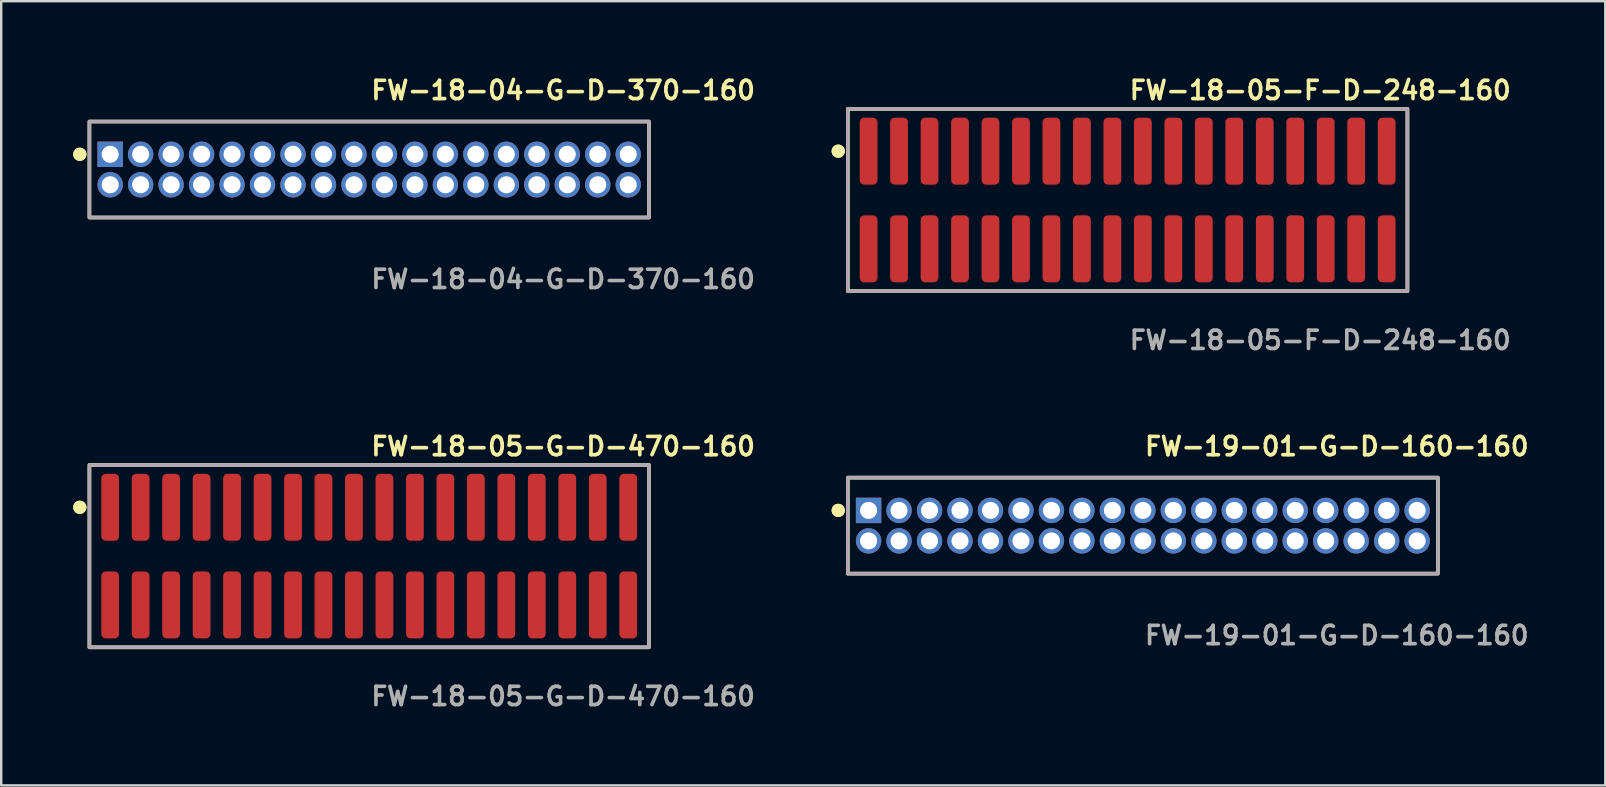
<source format=kicad_pcb>
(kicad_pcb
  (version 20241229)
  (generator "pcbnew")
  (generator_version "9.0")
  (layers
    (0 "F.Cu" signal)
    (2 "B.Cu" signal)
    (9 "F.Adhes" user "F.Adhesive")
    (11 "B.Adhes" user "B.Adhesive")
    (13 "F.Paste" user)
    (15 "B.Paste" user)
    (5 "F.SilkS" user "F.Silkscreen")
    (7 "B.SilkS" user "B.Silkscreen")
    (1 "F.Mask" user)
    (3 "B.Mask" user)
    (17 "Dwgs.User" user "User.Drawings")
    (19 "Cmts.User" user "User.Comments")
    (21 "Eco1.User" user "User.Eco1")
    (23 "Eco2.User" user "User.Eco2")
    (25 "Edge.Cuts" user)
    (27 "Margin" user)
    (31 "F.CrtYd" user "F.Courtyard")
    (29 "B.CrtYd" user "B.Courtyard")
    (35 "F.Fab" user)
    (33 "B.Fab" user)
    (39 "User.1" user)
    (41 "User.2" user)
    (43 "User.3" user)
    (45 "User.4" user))
  (footprint "FW-18-05-F-D-248-160"
    (layer "F.Cu")
    (at 43.943 5.285)
    (property "Reference" "FW-18-05-F-D-248-160" (at 0 -4.572 0) (unlocked yes) (layer "F.SilkS") (effects (font (size 0.762 0.762) (thickness 0.152)) (justify left)))
    (fp_rect (start -11.66 3.8) (end 11.66 -3.8) (stroke (width 0.152) (type solid)) (fill no) (layer "F.SilkS"))
    (fp_circle (center -12.06 -2.035) (end -12.26 -2.035) (stroke (width 0.152) (type solid)) (fill yes) (layer "F.SilkS"))
    (fp_circle (center -12.06 -2.035) (end -12.26 -2.035) (stroke (width 0.152) (type solid)) (fill yes) (layer "F.SilkS"))
    (fp_rect (start -11.66 3.8) (end 11.66 -3.8) (stroke (width 0.006) (type solid)) (fill no) (layer "F.CrtYd"))
    (fp_rect (start -11.66 3.8) (end 11.66 -3.8) (stroke (width 0.152) (type solid)) (fill no) (layer "F.Fab"))
    (fp_text user "${REFERENCE}" (at 0 5.842 0) (unlocked yes) (layer "F.Fab") (effects (font (size 0.762 0.762) (thickness 0.152)) (justify left)))
    (pad "1" smd roundrect (at -10.795 -2.035) (size 0.74 2.79) (layers "F.Cu" "F.Paste") (roundrect_rratio 0.25))
    (pad "2" smd roundrect (at -10.795 2.035) (size 0.74 2.79) (layers "F.Cu" "F.Paste") (roundrect_rratio 0.25))
    (pad "3" smd roundrect (at -9.525 -2.035) (size 0.74 2.79) (layers "F.Cu" "F.Paste") (roundrect_rratio 0.25))
    (pad "4" smd roundrect (at -9.525 2.035) (size 0.74 2.79) (layers "F.Cu" "F.Paste") (roundrect_rratio 0.25))
    (pad "5" smd roundrect (at -8.255 -2.035) (size 0.74 2.79) (layers "F.Cu" "F.Paste") (roundrect_rratio 0.25))
    (pad "6" smd roundrect (at -8.255 2.035) (size 0.74 2.79) (layers "F.Cu" "F.Paste") (roundrect_rratio 0.25))
    (pad "7" smd roundrect (at -6.985 -2.035) (size 0.74 2.79) (layers "F.Cu" "F.Paste") (roundrect_rratio 0.25))
    (pad "8" smd roundrect (at -6.985 2.035) (size 0.74 2.79) (layers "F.Cu" "F.Paste") (roundrect_rratio 0.25))
    (pad "9" smd roundrect (at -5.715 -2.035) (size 0.74 2.79) (layers "F.Cu" "F.Paste") (roundrect_rratio 0.25))
    (pad "10" smd roundrect (at -5.715 2.035) (size 0.74 2.79) (layers "F.Cu" "F.Paste") (roundrect_rratio 0.25))
    (pad "11" smd roundrect (at -4.445 -2.035) (size 0.74 2.79) (layers "F.Cu" "F.Paste") (roundrect_rratio 0.25))
    (pad "12" smd roundrect (at -4.445 2.035) (size 0.74 2.79) (layers "F.Cu" "F.Paste") (roundrect_rratio 0.25))
    (pad "13" smd roundrect (at -3.175 -2.035) (size 0.74 2.79) (layers "F.Cu" "F.Paste") (roundrect_rratio 0.25))
    (pad "14" smd roundrect (at -3.175 2.035) (size 0.74 2.79) (layers "F.Cu" "F.Paste") (roundrect_rratio 0.25))
    (pad "15" smd roundrect (at -1.905 -2.035) (size 0.74 2.79) (layers "F.Cu" "F.Paste") (roundrect_rratio 0.25))
    (pad "16" smd roundrect (at -1.905 2.035) (size 0.74 2.79) (layers "F.Cu" "F.Paste") (roundrect_rratio 0.25))
    (pad "17" smd roundrect (at -0.635 -2.035) (size 0.74 2.79) (layers "F.Cu" "F.Paste") (roundrect_rratio 0.25))
    (pad "18" smd roundrect (at -0.635 2.035) (size 0.74 2.79) (layers "F.Cu" "F.Paste") (roundrect_rratio 0.25))
    (pad "19" smd roundrect (at 0.635 -2.035) (size 0.74 2.79) (layers "F.Cu" "F.Paste") (roundrect_rratio 0.25))
    (pad "20" smd roundrect (at 0.635 2.035) (size 0.74 2.79) (layers "F.Cu" "F.Paste") (roundrect_rratio 0.25))
    (pad "21" smd roundrect (at 1.905 -2.035) (size 0.74 2.79) (layers "F.Cu" "F.Paste") (roundrect_rratio 0.25))
    (pad "22" smd roundrect (at 1.905 2.035) (size 0.74 2.79) (layers "F.Cu" "F.Paste") (roundrect_rratio 0.25))
    (pad "23" smd roundrect (at 3.175 -2.035) (size 0.74 2.79) (layers "F.Cu" "F.Paste") (roundrect_rratio 0.25))
    (pad "24" smd roundrect (at 3.175 2.035) (size 0.74 2.79) (layers "F.Cu" "F.Paste") (roundrect_rratio 0.25))
    (pad "25" smd roundrect (at 4.445 -2.035) (size 0.74 2.79) (layers "F.Cu" "F.Paste") (roundrect_rratio 0.25))
    (pad "26" smd roundrect (at 4.445 2.035) (size 0.74 2.79) (layers "F.Cu" "F.Paste") (roundrect_rratio 0.25))
    (pad "27" smd roundrect (at 5.715 -2.035) (size 0.74 2.79) (layers "F.Cu" "F.Paste") (roundrect_rratio 0.25))
    (pad "28" smd roundrect (at 5.715 2.035) (size 0.74 2.79) (layers "F.Cu" "F.Paste") (roundrect_rratio 0.25))
    (pad "29" smd roundrect (at 6.985 -2.035) (size 0.74 2.79) (layers "F.Cu" "F.Paste") (roundrect_rratio 0.25))
    (pad "30" smd roundrect (at 6.985 2.035) (size 0.74 2.79) (layers "F.Cu" "F.Paste") (roundrect_rratio 0.25))
    (pad "31" smd roundrect (at 8.255 -2.035) (size 0.74 2.79) (layers "F.Cu" "F.Paste") (roundrect_rratio 0.25))
    (pad "32" smd roundrect (at 8.255 2.035) (size 0.74 2.79) (layers "F.Cu" "F.Paste") (roundrect_rratio 0.25))
    (pad "33" smd roundrect (at 9.525 -2.035) (size 0.74 2.79) (layers "F.Cu" "F.Paste") (roundrect_rratio 0.25))
    (pad "34" smd roundrect (at 9.525 2.035) (size 0.74 2.79) (layers "F.Cu" "F.Paste") (roundrect_rratio 0.25))
    (pad "35" smd roundrect (at 10.795 -2.035) (size 0.74 2.79) (layers "F.Cu" "F.Paste") (roundrect_rratio 0.25))
    (pad "36" smd roundrect (at 10.795 2.035) (size 0.74 2.79) (layers "F.Cu" "F.Paste") (roundrect_rratio 0.25)))
  (footprint "FW-18-05-G-D-470-160"
    (layer "F.Cu")
    (at 12.336 20.126)
    (property "Reference" "FW-18-05-G-D-470-160" (at 0 -4.572 0) (unlocked yes) (layer "F.SilkS") (effects (font (size 0.762 0.762) (thickness 0.152)) (justify left)))
    (fp_rect (start -11.66 3.8) (end 11.66 -3.8) (stroke (width 0.152) (type solid)) (fill no) (layer "F.SilkS"))
    (fp_circle (center -12.06 -2.035) (end -12.26 -2.035) (stroke (width 0.152) (type solid)) (fill yes) (layer "F.SilkS"))
    (fp_circle (center -12.06 -2.035) (end -12.26 -2.035) (stroke (width 0.152) (type solid)) (fill yes) (layer "F.SilkS"))
    (fp_rect (start -11.66 3.8) (end 11.66 -3.8) (stroke (width 0.006) (type solid)) (fill no) (layer "F.CrtYd"))
    (fp_rect (start -11.66 3.8) (end 11.66 -3.8) (stroke (width 0.152) (type solid)) (fill no) (layer "F.Fab"))
    (fp_text user "${REFERENCE}" (at 0 5.842 0) (unlocked yes) (layer "F.Fab") (effects (font (size 0.762 0.762) (thickness 0.152)) (justify left)))
    (pad "1" smd roundrect (at -10.795 -2.035) (size 0.74 2.79) (layers "F.Cu" "F.Paste") (roundrect_rratio 0.25))
    (pad "2" smd roundrect (at -10.795 2.035) (size 0.74 2.79) (layers "F.Cu" "F.Paste") (roundrect_rratio 0.25))
    (pad "3" smd roundrect (at -9.525 -2.035) (size 0.74 2.79) (layers "F.Cu" "F.Paste") (roundrect_rratio 0.25))
    (pad "4" smd roundrect (at -9.525 2.035) (size 0.74 2.79) (layers "F.Cu" "F.Paste") (roundrect_rratio 0.25))
    (pad "5" smd roundrect (at -8.255 -2.035) (size 0.74 2.79) (layers "F.Cu" "F.Paste") (roundrect_rratio 0.25))
    (pad "6" smd roundrect (at -8.255 2.035) (size 0.74 2.79) (layers "F.Cu" "F.Paste") (roundrect_rratio 0.25))
    (pad "7" smd roundrect (at -6.985 -2.035) (size 0.74 2.79) (layers "F.Cu" "F.Paste") (roundrect_rratio 0.25))
    (pad "8" smd roundrect (at -6.985 2.035) (size 0.74 2.79) (layers "F.Cu" "F.Paste") (roundrect_rratio 0.25))
    (pad "9" smd roundrect (at -5.715 -2.035) (size 0.74 2.79) (layers "F.Cu" "F.Paste") (roundrect_rratio 0.25))
    (pad "10" smd roundrect (at -5.715 2.035) (size 0.74 2.79) (layers "F.Cu" "F.Paste") (roundrect_rratio 0.25))
    (pad "11" smd roundrect (at -4.445 -2.035) (size 0.74 2.79) (layers "F.Cu" "F.Paste") (roundrect_rratio 0.25))
    (pad "12" smd roundrect (at -4.445 2.035) (size 0.74 2.79) (layers "F.Cu" "F.Paste") (roundrect_rratio 0.25))
    (pad "13" smd roundrect (at -3.175 -2.035) (size 0.74 2.79) (layers "F.Cu" "F.Paste") (roundrect_rratio 0.25))
    (pad "14" smd roundrect (at -3.175 2.035) (size 0.74 2.79) (layers "F.Cu" "F.Paste") (roundrect_rratio 0.25))
    (pad "15" smd roundrect (at -1.905 -2.035) (size 0.74 2.79) (layers "F.Cu" "F.Paste") (roundrect_rratio 0.25))
    (pad "16" smd roundrect (at -1.905 2.035) (size 0.74 2.79) (layers "F.Cu" "F.Paste") (roundrect_rratio 0.25))
    (pad "17" smd roundrect (at -0.635 -2.035) (size 0.74 2.79) (layers "F.Cu" "F.Paste") (roundrect_rratio 0.25))
    (pad "18" smd roundrect (at -0.635 2.035) (size 0.74 2.79) (layers "F.Cu" "F.Paste") (roundrect_rratio 0.25))
    (pad "19" smd roundrect (at 0.635 -2.035) (size 0.74 2.79) (layers "F.Cu" "F.Paste") (roundrect_rratio 0.25))
    (pad "20" smd roundrect (at 0.635 2.035) (size 0.74 2.79) (layers "F.Cu" "F.Paste") (roundrect_rratio 0.25))
    (pad "21" smd roundrect (at 1.905 -2.035) (size 0.74 2.79) (layers "F.Cu" "F.Paste") (roundrect_rratio 0.25))
    (pad "22" smd roundrect (at 1.905 2.035) (size 0.74 2.79) (layers "F.Cu" "F.Paste") (roundrect_rratio 0.25))
    (pad "23" smd roundrect (at 3.175 -2.035) (size 0.74 2.79) (layers "F.Cu" "F.Paste") (roundrect_rratio 0.25))
    (pad "24" smd roundrect (at 3.175 2.035) (size 0.74 2.79) (layers "F.Cu" "F.Paste") (roundrect_rratio 0.25))
    (pad "25" smd roundrect (at 4.445 -2.035) (size 0.74 2.79) (layers "F.Cu" "F.Paste") (roundrect_rratio 0.25))
    (pad "26" smd roundrect (at 4.445 2.035) (size 0.74 2.79) (layers "F.Cu" "F.Paste") (roundrect_rratio 0.25))
    (pad "27" smd roundrect (at 5.715 -2.035) (size 0.74 2.79) (layers "F.Cu" "F.Paste") (roundrect_rratio 0.25))
    (pad "28" smd roundrect (at 5.715 2.035) (size 0.74 2.79) (layers "F.Cu" "F.Paste") (roundrect_rratio 0.25))
    (pad "29" smd roundrect (at 6.985 -2.035) (size 0.74 2.79) (layers "F.Cu" "F.Paste") (roundrect_rratio 0.25))
    (pad "30" smd roundrect (at 6.985 2.035) (size 0.74 2.79) (layers "F.Cu" "F.Paste") (roundrect_rratio 0.25))
    (pad "31" smd roundrect (at 8.255 -2.035) (size 0.74 2.79) (layers "F.Cu" "F.Paste") (roundrect_rratio 0.25))
    (pad "32" smd roundrect (at 8.255 2.035) (size 0.74 2.79) (layers "F.Cu" "F.Paste") (roundrect_rratio 0.25))
    (pad "33" smd roundrect (at 9.525 -2.035) (size 0.74 2.79) (layers "F.Cu" "F.Paste") (roundrect_rratio 0.25))
    (pad "34" smd roundrect (at 9.525 2.035) (size 0.74 2.79) (layers "F.Cu" "F.Paste") (roundrect_rratio 0.25))
    (pad "35" smd roundrect (at 10.795 -2.035) (size 0.74 2.79) (layers "F.Cu" "F.Paste") (roundrect_rratio 0.25))
    (pad "36" smd roundrect (at 10.795 2.035) (size 0.74 2.79) (layers "F.Cu" "F.Paste") (roundrect_rratio 0.25)))
  (footprint "FW-19-01-G-D-160-160"
    (layer "F.Cu")
    (at 44.578 18.856)
    (property "Reference" "FW-19-01-G-D-160-160" (at 0 -3.302 0) (unlocked yes) (layer "F.SilkS") (effects (font (size 0.762 0.762) (thickness 0.152)) (justify left)))
    (fp_rect (start -12.295 2) (end 12.295 -2) (stroke (width 0.152) (type solid)) (fill no) (layer "F.SilkS"))
    (fp_circle (center -12.695 -0.635) (end -12.895 -0.635) (stroke (width 0.152) (type solid)) (fill yes) (layer "F.SilkS"))
    (fp_circle (center -12.695 -0.635) (end -12.895 -0.635) (stroke (width 0.152) (type solid)) (fill yes) (layer "F.SilkS"))
    (fp_rect (start -12.295 2) (end 12.295 -2) (stroke (width 0.006) (type solid)) (fill no) (layer "F.CrtYd"))
    (fp_rect (start -12.295 2) (end 12.295 -2) (stroke (width 0.152) (type solid)) (fill no) (layer "F.Fab"))
    (fp_text user "${REFERENCE}" (at 0 4.572 0) (unlocked yes) (layer "F.Fab") (effects (font (size 0.762 0.762) (thickness 0.152)) (justify left)))
    (pad "1" thru_hole rect (at -11.43 -0.635) (size 1.06 1.06) (drill 0.71) (layers "*.Cu" "*.Mask"))
    (pad "2" thru_hole circle (at -11.43 0.635) (size 1.06 1.06) (drill 0.71) (layers "*.Cu" "*.Mask"))
    (pad "3" thru_hole circle (at -10.16 -0.635) (size 1.06 1.06) (drill 0.71) (layers "*.Cu" "*.Mask"))
    (pad "4" thru_hole circle (at -10.16 0.635) (size 1.06 1.06) (drill 0.71) (layers "*.Cu" "*.Mask"))
    (pad "5" thru_hole circle (at -8.89 -0.635) (size 1.06 1.06) (drill 0.71) (layers "*.Cu" "*.Mask"))
    (pad "6" thru_hole circle (at -8.89 0.635) (size 1.06 1.06) (drill 0.71) (layers "*.Cu" "*.Mask"))
    (pad "7" thru_hole circle (at -7.62 -0.635) (size 1.06 1.06) (drill 0.71) (layers "*.Cu" "*.Mask"))
    (pad "8" thru_hole circle (at -7.62 0.635) (size 1.06 1.06) (drill 0.71) (layers "*.Cu" "*.Mask"))
    (pad "9" thru_hole circle (at -6.35 -0.635) (size 1.06 1.06) (drill 0.71) (layers "*.Cu" "*.Mask"))
    (pad "10" thru_hole circle (at -6.35 0.635) (size 1.06 1.06) (drill 0.71) (layers "*.Cu" "*.Mask"))
    (pad "11" thru_hole circle (at -5.08 -0.635) (size 1.06 1.06) (drill 0.71) (layers "*.Cu" "*.Mask"))
    (pad "12" thru_hole circle (at -5.08 0.635) (size 1.06 1.06) (drill 0.71) (layers "*.Cu" "*.Mask"))
    (pad "13" thru_hole circle (at -3.81 -0.635) (size 1.06 1.06) (drill 0.71) (layers "*.Cu" "*.Mask"))
    (pad "14" thru_hole circle (at -3.81 0.635) (size 1.06 1.06) (drill 0.71) (layers "*.Cu" "*.Mask"))
    (pad "15" thru_hole circle (at -2.54 -0.635) (size 1.06 1.06) (drill 0.71) (layers "*.Cu" "*.Mask"))
    (pad "16" thru_hole circle (at -2.54 0.635) (size 1.06 1.06) (drill 0.71) (layers "*.Cu" "*.Mask"))
    (pad "17" thru_hole circle (at -1.27 -0.635) (size 1.06 1.06) (drill 0.71) (layers "*.Cu" "*.Mask"))
    (pad "18" thru_hole circle (at -1.27 0.635) (size 1.06 1.06) (drill 0.71) (layers "*.Cu" "*.Mask"))
    (pad "19" thru_hole circle (at 0 -0.635) (size 1.06 1.06) (drill 0.71) (layers "*.Cu" "*.Mask"))
    (pad "20" thru_hole circle (at 0 0.635) (size 1.06 1.06) (drill 0.71) (layers "*.Cu" "*.Mask"))
    (pad "21" thru_hole circle (at 1.27 -0.635) (size 1.06 1.06) (drill 0.71) (layers "*.Cu" "*.Mask"))
    (pad "22" thru_hole circle (at 1.27 0.635) (size 1.06 1.06) (drill 0.71) (layers "*.Cu" "*.Mask"))
    (pad "23" thru_hole circle (at 2.54 -0.635) (size 1.06 1.06) (drill 0.71) (layers "*.Cu" "*.Mask"))
    (pad "24" thru_hole circle (at 2.54 0.635) (size 1.06 1.06) (drill 0.71) (layers "*.Cu" "*.Mask"))
    (pad "25" thru_hole circle (at 3.81 -0.635) (size 1.06 1.06) (drill 0.71) (layers "*.Cu" "*.Mask"))
    (pad "26" thru_hole circle (at 3.81 0.635) (size 1.06 1.06) (drill 0.71) (layers "*.Cu" "*.Mask"))
    (pad "27" thru_hole circle (at 5.08 -0.635) (size 1.06 1.06) (drill 0.71) (layers "*.Cu" "*.Mask"))
    (pad "28" thru_hole circle (at 5.08 0.635) (size 1.06 1.06) (drill 0.71) (layers "*.Cu" "*.Mask"))
    (pad "29" thru_hole circle (at 6.35 -0.635) (size 1.06 1.06) (drill 0.71) (layers "*.Cu" "*.Mask"))
    (pad "30" thru_hole circle (at 6.35 0.635) (size 1.06 1.06) (drill 0.71) (layers "*.Cu" "*.Mask"))
    (pad "31" thru_hole circle (at 7.62 -0.635) (size 1.06 1.06) (drill 0.71) (layers "*.Cu" "*.Mask"))
    (pad "32" thru_hole circle (at 7.62 0.635) (size 1.06 1.06) (drill 0.71) (layers "*.Cu" "*.Mask"))
    (pad "33" thru_hole circle (at 8.89 -0.635) (size 1.06 1.06) (drill 0.71) (layers "*.Cu" "*.Mask"))
    (pad "34" thru_hole circle (at 8.89 0.635) (size 1.06 1.06) (drill 0.71) (layers "*.Cu" "*.Mask"))
    (pad "35" thru_hole circle (at 10.16 -0.635) (size 1.06 1.06) (drill 0.71) (layers "*.Cu" "*.Mask"))
    (pad "36" thru_hole circle (at 10.16 0.635) (size 1.06 1.06) (drill 0.71) (layers "*.Cu" "*.Mask"))
    (pad "37" thru_hole circle (at 11.43 -0.635) (size 1.06 1.06) (drill 0.71) (layers "*.Cu" "*.Mask"))
    (pad "38" thru_hole circle (at 11.43 0.635) (size 1.06 1.06) (drill 0.71) (layers "*.Cu" "*.Mask")))
  (footprint "FW-18-04-G-D-370-160"
    (layer "F.Cu")
    (at 12.336 4.015)
    (property "Reference" "FW-18-04-G-D-370-160" (at 0 -3.302 0) (unlocked yes) (layer "F.SilkS") (effects (font (size 0.762 0.762) (thickness 0.152)) (justify left)))
    (fp_rect (start -11.66 2) (end 11.66 -2) (stroke (width 0.152) (type solid)) (fill no) (layer "F.SilkS"))
    (fp_circle (center -12.06 -0.635) (end -12.26 -0.635) (stroke (width 0.152) (type solid)) (fill yes) (layer "F.SilkS"))
    (fp_circle (center -12.06 -0.635) (end -12.26 -0.635) (stroke (width 0.152) (type solid)) (fill yes) (layer "F.SilkS"))
    (fp_rect (start -11.66 2) (end 11.66 -2) (stroke (width 0.006) (type solid)) (fill no) (layer "F.CrtYd"))
    (fp_rect (start -11.66 2) (end 11.66 -2) (stroke (width 0.152) (type solid)) (fill no) (layer "F.Fab"))
    (fp_text user "${REFERENCE}" (at 0 4.572 0) (unlocked yes) (layer "F.Fab") (effects (font (size 0.762 0.762) (thickness 0.152)) (justify left)))
    (pad "1" thru_hole rect (at -10.795 -0.635) (size 1.06 1.06) (drill 0.71) (layers "*.Cu" "*.Mask"))
    (pad "2" thru_hole circle (at -10.795 0.635) (size 1.06 1.06) (drill 0.71) (layers "*.Cu" "*.Mask"))
    (pad "3" thru_hole circle (at -9.525 -0.635) (size 1.06 1.06) (drill 0.71) (layers "*.Cu" "*.Mask"))
    (pad "4" thru_hole circle (at -9.525 0.635) (size 1.06 1.06) (drill 0.71) (layers "*.Cu" "*.Mask"))
    (pad "5" thru_hole circle (at -8.255 -0.635) (size 1.06 1.06) (drill 0.71) (layers "*.Cu" "*.Mask"))
    (pad "6" thru_hole circle (at -8.255 0.635) (size 1.06 1.06) (drill 0.71) (layers "*.Cu" "*.Mask"))
    (pad "7" thru_hole circle (at -6.985 -0.635) (size 1.06 1.06) (drill 0.71) (layers "*.Cu" "*.Mask"))
    (pad "8" thru_hole circle (at -6.985 0.635) (size 1.06 1.06) (drill 0.71) (layers "*.Cu" "*.Mask"))
    (pad "9" thru_hole circle (at -5.715 -0.635) (size 1.06 1.06) (drill 0.71) (layers "*.Cu" "*.Mask"))
    (pad "10" thru_hole circle (at -5.715 0.635) (size 1.06 1.06) (drill 0.71) (layers "*.Cu" "*.Mask"))
    (pad "11" thru_hole circle (at -4.445 -0.635) (size 1.06 1.06) (drill 0.71) (layers "*.Cu" "*.Mask"))
    (pad "12" thru_hole circle (at -4.445 0.635) (size 1.06 1.06) (drill 0.71) (layers "*.Cu" "*.Mask"))
    (pad "13" thru_hole circle (at -3.175 -0.635) (size 1.06 1.06) (drill 0.71) (layers "*.Cu" "*.Mask"))
    (pad "14" thru_hole circle (at -3.175 0.635) (size 1.06 1.06) (drill 0.71) (layers "*.Cu" "*.Mask"))
    (pad "15" thru_hole circle (at -1.905 -0.635) (size 1.06 1.06) (drill 0.71) (layers "*.Cu" "*.Mask"))
    (pad "16" thru_hole circle (at -1.905 0.635) (size 1.06 1.06) (drill 0.71) (layers "*.Cu" "*.Mask"))
    (pad "17" thru_hole circle (at -0.635 -0.635) (size 1.06 1.06) (drill 0.71) (layers "*.Cu" "*.Mask"))
    (pad "18" thru_hole circle (at -0.635 0.635) (size 1.06 1.06) (drill 0.71) (layers "*.Cu" "*.Mask"))
    (pad "19" thru_hole circle (at 0.635 -0.635) (size 1.06 1.06) (drill 0.71) (layers "*.Cu" "*.Mask"))
    (pad "20" thru_hole circle (at 0.635 0.635) (size 1.06 1.06) (drill 0.71) (layers "*.Cu" "*.Mask"))
    (pad "21" thru_hole circle (at 1.905 -0.635) (size 1.06 1.06) (drill 0.71) (layers "*.Cu" "*.Mask"))
    (pad "22" thru_hole circle (at 1.905 0.635) (size 1.06 1.06) (drill 0.71) (layers "*.Cu" "*.Mask"))
    (pad "23" thru_hole circle (at 3.175 -0.635) (size 1.06 1.06) (drill 0.71) (layers "*.Cu" "*.Mask"))
    (pad "24" thru_hole circle (at 3.175 0.635) (size 1.06 1.06) (drill 0.71) (layers "*.Cu" "*.Mask"))
    (pad "25" thru_hole circle (at 4.445 -0.635) (size 1.06 1.06) (drill 0.71) (layers "*.Cu" "*.Mask"))
    (pad "26" thru_hole circle (at 4.445 0.635) (size 1.06 1.06) (drill 0.71) (layers "*.Cu" "*.Mask"))
    (pad "27" thru_hole circle (at 5.715 -0.635) (size 1.06 1.06) (drill 0.71) (layers "*.Cu" "*.Mask"))
    (pad "28" thru_hole circle (at 5.715 0.635) (size 1.06 1.06) (drill 0.71) (layers "*.Cu" "*.Mask"))
    (pad "29" thru_hole circle (at 6.985 -0.635) (size 1.06 1.06) (drill 0.71) (layers "*.Cu" "*.Mask"))
    (pad "30" thru_hole circle (at 6.985 0.635) (size 1.06 1.06) (drill 0.71) (layers "*.Cu" "*.Mask"))
    (pad "31" thru_hole circle (at 8.255 -0.635) (size 1.06 1.06) (drill 0.71) (layers "*.Cu" "*.Mask"))
    (pad "32" thru_hole circle (at 8.255 0.635) (size 1.06 1.06) (drill 0.71) (layers "*.Cu" "*.Mask"))
    (pad "33" thru_hole circle (at 9.525 -0.635) (size 1.06 1.06) (drill 0.71) (layers "*.Cu" "*.Mask"))
    (pad "34" thru_hole circle (at 9.525 0.635) (size 1.06 1.06) (drill 0.71) (layers "*.Cu" "*.Mask"))
    (pad "35" thru_hole circle (at 10.795 -0.635) (size 1.06 1.06) (drill 0.71) (layers "*.Cu" "*.Mask"))
    (pad "36" thru_hole circle (at 10.795 0.635) (size 1.06 1.06) (drill 0.71) (layers "*.Cu" "*.Mask")))
  (gr_rect
    (start -3 -3)
    (end 63.848 29.681)
    (stroke (width 0.1) (type default))
    (fill no)
    (layer "Edge.Cuts")))
</source>
